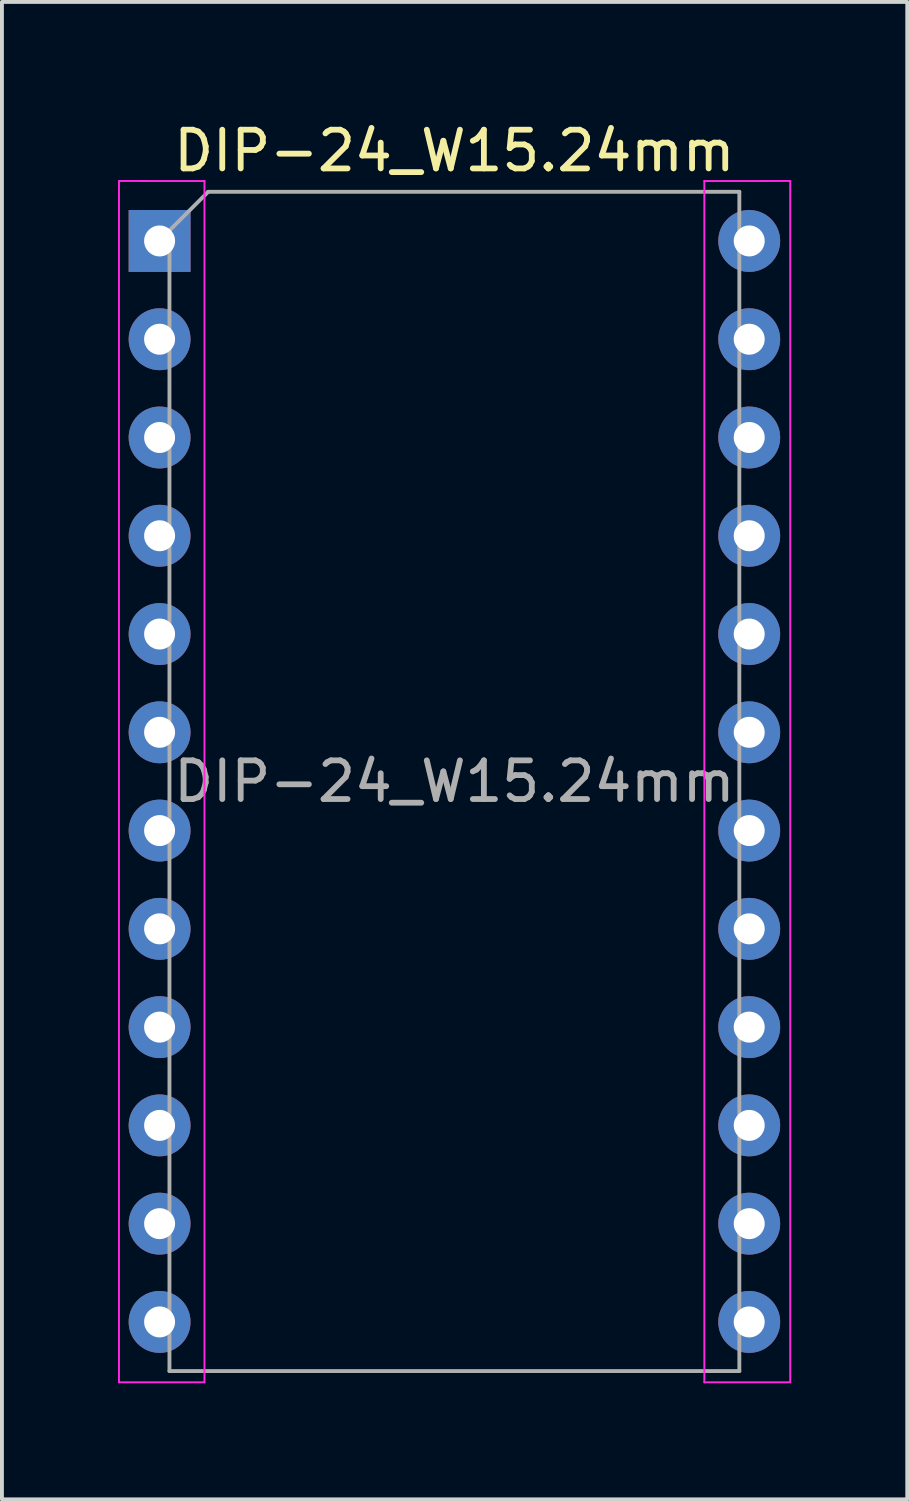
<source format=kicad_pcb>
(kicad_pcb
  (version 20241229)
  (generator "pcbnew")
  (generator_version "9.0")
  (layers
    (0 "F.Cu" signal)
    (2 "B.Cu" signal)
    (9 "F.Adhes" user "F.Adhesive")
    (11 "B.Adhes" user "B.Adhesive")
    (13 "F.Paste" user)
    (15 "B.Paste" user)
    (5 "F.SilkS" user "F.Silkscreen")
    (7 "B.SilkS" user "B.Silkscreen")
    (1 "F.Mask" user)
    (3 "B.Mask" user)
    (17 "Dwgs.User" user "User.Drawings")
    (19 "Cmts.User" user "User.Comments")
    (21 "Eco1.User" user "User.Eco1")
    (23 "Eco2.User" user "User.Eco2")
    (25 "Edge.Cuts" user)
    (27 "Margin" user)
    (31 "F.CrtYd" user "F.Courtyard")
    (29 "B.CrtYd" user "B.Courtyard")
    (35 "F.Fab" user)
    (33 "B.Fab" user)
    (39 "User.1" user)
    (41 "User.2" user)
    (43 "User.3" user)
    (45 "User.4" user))
  (footprint "DIP-24_W15.24mm"
    (layer "F.Cu")
    (at 1.075 3.178)
    (property "Reference" "DIP-24_W15.24mm" (at 7.62 -2.33 0) (layer "F.SilkS") (effects (font (size 1 1) (thickness 0.15))))
    (attr through_hole)
    (fp_line (start -1.05 -1.55) (end -1.05 29.5) (stroke (width 0.05) (type solid)) (layer "F.CrtYd"))
    (fp_line (start -1.05 -1.55) (end 1.16 -1.549) (stroke (width 0.05) (type default)) (layer "F.CrtYd"))
    (fp_line (start 1.16 29.501) (end -1.05 29.5) (stroke (width 0.05) (type default)) (layer "F.CrtYd"))
    (fp_line (start 1.16 29.501) (end 1.16 -1.549) (stroke (width 0.05) (type solid)) (layer "F.CrtYd"))
    (fp_line (start 14.08 -1.549) (end 16.3 -1.55) (stroke (width 0.05) (type default)) (layer "F.CrtYd"))
    (fp_line (start 14.08 29.501) (end 14.08 -1.549) (stroke (width 0.05) (type solid)) (layer "F.CrtYd"))
    (fp_line (start 16.3 29.5) (end 14.08 29.501) (stroke (width 0.05) (type default)) (layer "F.CrtYd"))
    (fp_line (start 16.3 29.5) (end 16.3 -1.55) (stroke (width 0.05) (type solid)) (layer "F.CrtYd"))
    (fp_line (start 0.255 -0.27) (end 1.255 -1.27) (stroke (width 0.1) (type solid)) (layer "F.Fab"))
    (fp_line (start 0.255 29.21) (end 0.255 -0.27) (stroke (width 0.1) (type solid)) (layer "F.Fab"))
    (fp_line (start 1.255 -1.27) (end 14.985 -1.27) (stroke (width 0.1) (type solid)) (layer "F.Fab"))
    (fp_line (start 14.985 -1.27) (end 14.985 29.21) (stroke (width 0.1) (type solid)) (layer "F.Fab"))
    (fp_line (start 14.985 29.21) (end 0.255 29.21) (stroke (width 0.1) (type solid)) (layer "F.Fab"))
    (fp_text user "${REFERENCE}" (at 7.62 13.97 0) (layer "F.Fab") (effects (font (size 1 1) (thickness 0.15))))
    (pad "1" thru_hole rect (at 0 0) (size 1.6 1.6) (drill 0.8) (layers "*.Cu" "*.Mask"))
    (pad "2" thru_hole oval (at 0 2.54) (size 1.6 1.6) (drill 0.8) (layers "*.Cu" "*.Mask"))
    (pad "3" thru_hole oval (at 0 5.08) (size 1.6 1.6) (drill 0.8) (layers "*.Cu" "*.Mask"))
    (pad "4" thru_hole oval (at 0 7.62) (size 1.6 1.6) (drill 0.8) (layers "*.Cu" "*.Mask"))
    (pad "5" thru_hole oval (at 0 10.16) (size 1.6 1.6) (drill 0.8) (layers "*.Cu" "*.Mask"))
    (pad "6" thru_hole oval (at 0 12.7) (size 1.6 1.6) (drill 0.8) (layers "*.Cu" "*.Mask"))
    (pad "7" thru_hole oval (at 0 15.24) (size 1.6 1.6) (drill 0.8) (layers "*.Cu" "*.Mask"))
    (pad "8" thru_hole oval (at 0 17.78) (size 1.6 1.6) (drill 0.8) (layers "*.Cu" "*.Mask"))
    (pad "9" thru_hole oval (at 0 20.32) (size 1.6 1.6) (drill 0.8) (layers "*.Cu" "*.Mask"))
    (pad "10" thru_hole oval (at 0 22.86) (size 1.6 1.6) (drill 0.8) (layers "*.Cu" "*.Mask"))
    (pad "11" thru_hole oval (at 0 25.4) (size 1.6 1.6) (drill 0.8) (layers "*.Cu" "*.Mask"))
    (pad "12" thru_hole oval (at 0 27.94) (size 1.6 1.6) (drill 0.8) (layers "*.Cu" "*.Mask"))
    (pad "13" thru_hole oval (at 15.24 27.94) (size 1.6 1.6) (drill 0.8) (layers "*.Cu" "*.Mask"))
    (pad "14" thru_hole oval (at 15.24 25.4) (size 1.6 1.6) (drill 0.8) (layers "*.Cu" "*.Mask"))
    (pad "15" thru_hole oval (at 15.24 22.86) (size 1.6 1.6) (drill 0.8) (layers "*.Cu" "*.Mask"))
    (pad "16" thru_hole oval (at 15.24 20.32) (size 1.6 1.6) (drill 0.8) (layers "*.Cu" "*.Mask"))
    (pad "17" thru_hole oval (at 15.24 17.78) (size 1.6 1.6) (drill 0.8) (layers "*.Cu" "*.Mask"))
    (pad "18" thru_hole oval (at 15.24 15.24) (size 1.6 1.6) (drill 0.8) (layers "*.Cu" "*.Mask"))
    (pad "19" thru_hole oval (at 15.24 12.7) (size 1.6 1.6) (drill 0.8) (layers "*.Cu" "*.Mask"))
    (pad "20" thru_hole oval (at 15.24 10.16) (size 1.6 1.6) (drill 0.8) (layers "*.Cu" "*.Mask"))
    (pad "21" thru_hole oval (at 15.24 7.62) (size 1.6 1.6) (drill 0.8) (layers "*.Cu" "*.Mask"))
    (pad "22" thru_hole oval (at 15.24 5.08) (size 1.6 1.6) (drill 0.8) (layers "*.Cu" "*.Mask"))
    (pad "23" thru_hole oval (at 15.24 2.54) (size 1.6 1.6) (drill 0.8) (layers "*.Cu" "*.Mask"))
    (pad "24" thru_hole oval (at 15.24 0) (size 1.6 1.6) (drill 0.8) (layers "*.Cu" "*.Mask")))
  (gr_rect
    (start -3 -3)
    (end 20.4 35.704)
    (stroke (width 0.1) (type default))
    (fill no)
    (layer "Edge.Cuts")))
</source>
